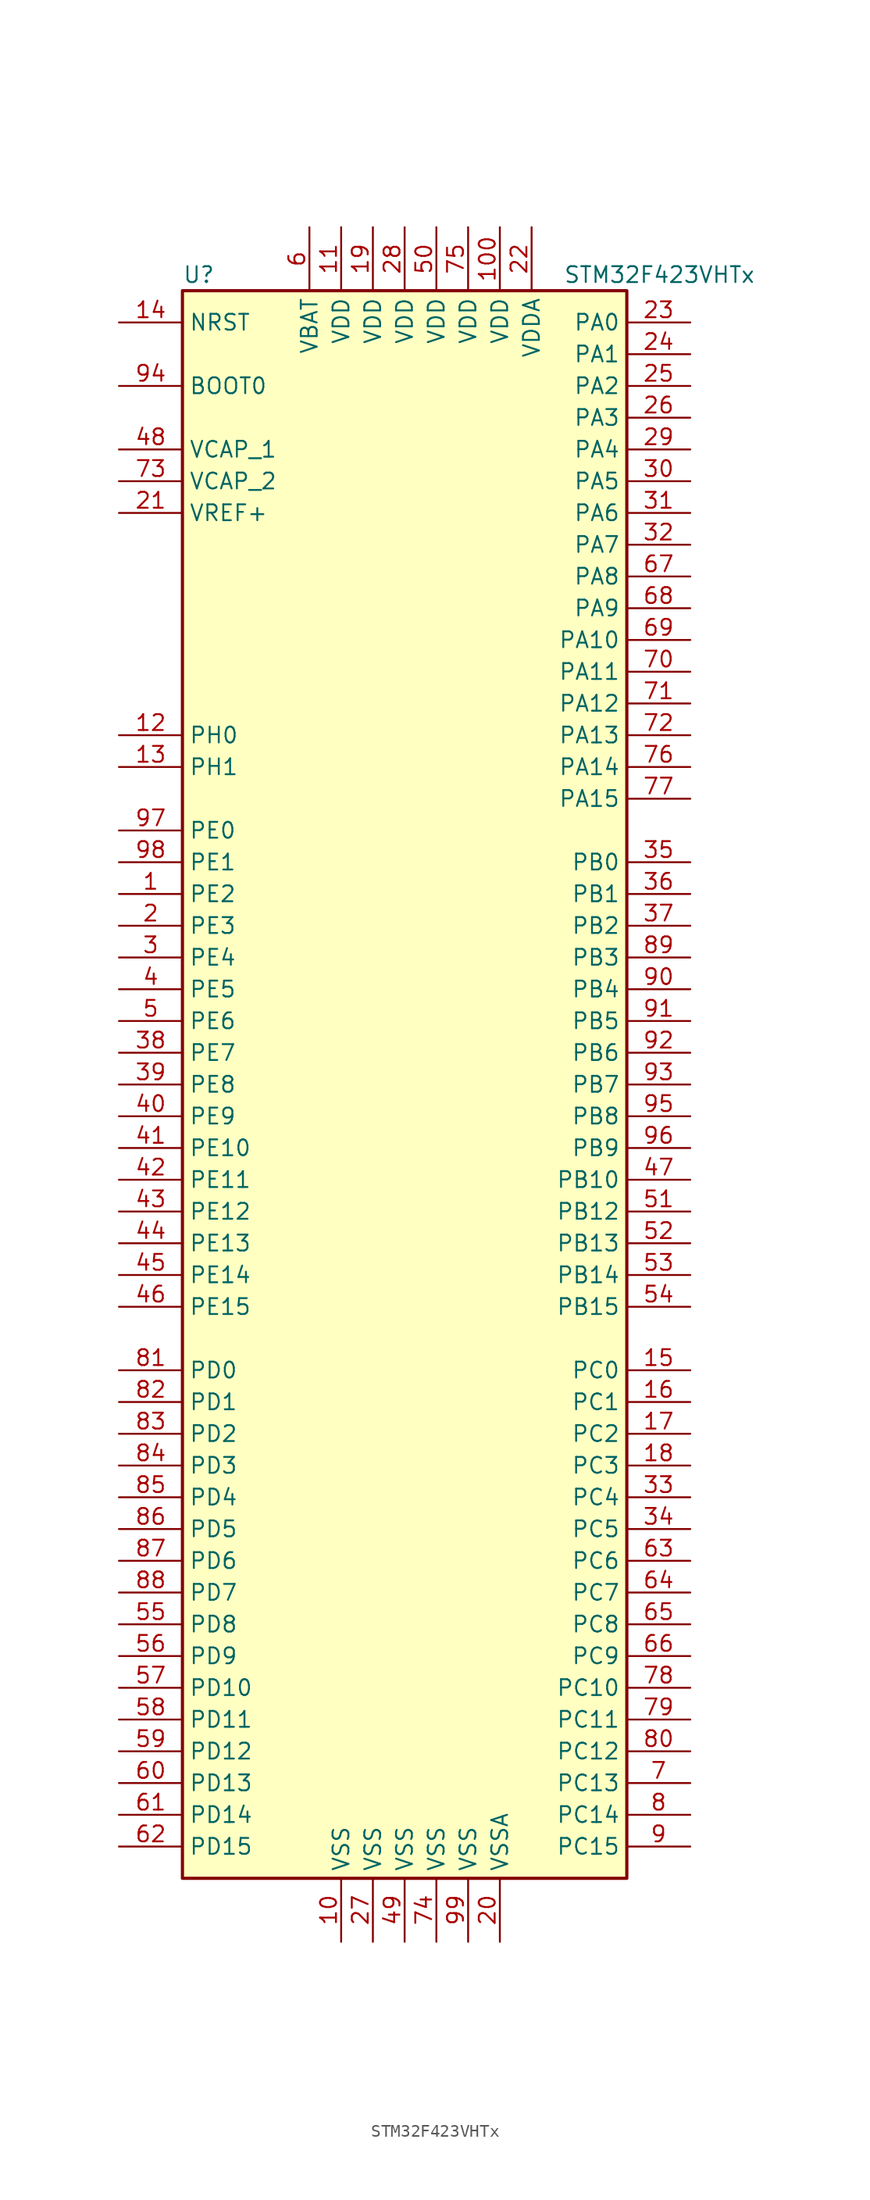
<source format=kicad_sym>
(kicad_symbol_lib
  (version 20201005)
  (generator kicad_symbol_editor)
  (symbol "STM32F423VHTx"
    (property "Reference" "U"
      (at -17.78 64.77 0)
      (effects (font (size 1.27 1.27)) (justify left)))
    (property "Value" "STM32F423VHTx"
      (at 12.7 64.77 0)
      (effects (font (size 1.27 1.27)) (justify left)))
    (symbol "STM32F423VHTx_0_1"
      (rectangle (start -17.78 -63.5) (end 17.78 63.5) (stroke (width 0.254)) (fill (type background))))
    (symbol "STM32F423VHTx_1_1"
      (pin input line (at -22.86 55.88 0) (length 5.08) (name "BOOT0" (effects (font (size 1.27 1.27)))) (number "94" (effects (font (size 1.27 1.27)))))
      (pin input line (at -22.86 60.96 0) (length 5.08) (name "NRST" (effects (font (size 1.27 1.27)))) (number "14" (effects (font (size 1.27 1.27)))))
      (pin bidirectional line (at 22.86 60.96 180) (length 5.08) (name "PA0" (effects (font (size 1.27 1.27)))) (number "23" (effects (font (size 1.27 1.27)))))
      (pin bidirectional line (at 22.86 58.42 180) (length 5.08) (name "PA1" (effects (font (size 1.27 1.27)))) (number "24" (effects (font (size 1.27 1.27)))))
      (pin bidirectional line (at 22.86 35.56 180) (length 5.08) (name "PA10" (effects (font (size 1.27 1.27)))) (number "69" (effects (font (size 1.27 1.27)))))
      (pin bidirectional line (at 22.86 33.02 180) (length 5.08) (name "PA11" (effects (font (size 1.27 1.27)))) (number "70" (effects (font (size 1.27 1.27)))))
      (pin bidirectional line (at 22.86 30.48 180) (length 5.08) (name "PA12" (effects (font (size 1.27 1.27)))) (number "71" (effects (font (size 1.27 1.27)))))
      (pin bidirectional line (at 22.86 27.94 180) (length 5.08) (name "PA13" (effects (font (size 1.27 1.27)))) (number "72" (effects (font (size 1.27 1.27)))))
      (pin bidirectional line (at 22.86 25.4 180) (length 5.08) (name "PA14" (effects (font (size 1.27 1.27)))) (number "76" (effects (font (size 1.27 1.27)))))
      (pin bidirectional line (at 22.86 22.86 180) (length 5.08) (name "PA15" (effects (font (size 1.27 1.27)))) (number "77" (effects (font (size 1.27 1.27)))))
      (pin bidirectional line (at 22.86 55.88 180) (length 5.08) (name "PA2" (effects (font (size 1.27 1.27)))) (number "25" (effects (font (size 1.27 1.27)))))
      (pin bidirectional line (at 22.86 53.34 180) (length 5.08) (name "PA3" (effects (font (size 1.27 1.27)))) (number "26" (effects (font (size 1.27 1.27)))))
      (pin bidirectional line (at 22.86 50.8 180) (length 5.08) (name "PA4" (effects (font (size 1.27 1.27)))) (number "29" (effects (font (size 1.27 1.27)))))
      (pin bidirectional line (at 22.86 48.26 180) (length 5.08) (name "PA5" (effects (font (size 1.27 1.27)))) (number "30" (effects (font (size 1.27 1.27)))))
      (pin bidirectional line (at 22.86 45.72 180) (length 5.08) (name "PA6" (effects (font (size 1.27 1.27)))) (number "31" (effects (font (size 1.27 1.27)))))
      (pin bidirectional line (at 22.86 43.18 180) (length 5.08) (name "PA7" (effects (font (size 1.27 1.27)))) (number "32" (effects (font (size 1.27 1.27)))))
      (pin bidirectional line (at 22.86 40.64 180) (length 5.08) (name "PA8" (effects (font (size 1.27 1.27)))) (number "67" (effects (font (size 1.27 1.27)))))
      (pin bidirectional line (at 22.86 38.1 180) (length 5.08) (name "PA9" (effects (font (size 1.27 1.27)))) (number "68" (effects (font (size 1.27 1.27)))))
      (pin bidirectional line (at 22.86 17.78 180) (length 5.08) (name "PB0" (effects (font (size 1.27 1.27)))) (number "35" (effects (font (size 1.27 1.27)))))
      (pin bidirectional line (at 22.86 15.24 180) (length 5.08) (name "PB1" (effects (font (size 1.27 1.27)))) (number "36" (effects (font (size 1.27 1.27)))))
      (pin bidirectional line (at 22.86 -7.62 180) (length 5.08) (name "PB10" (effects (font (size 1.27 1.27)))) (number "47" (effects (font (size 1.27 1.27)))))
      (pin bidirectional line (at 22.86 -10.16 180) (length 5.08) (name "PB12" (effects (font (size 1.27 1.27)))) (number "51" (effects (font (size 1.27 1.27)))))
      (pin bidirectional line (at 22.86 -12.7 180) (length 5.08) (name "PB13" (effects (font (size 1.27 1.27)))) (number "52" (effects (font (size 1.27 1.27)))))
      (pin bidirectional line (at 22.86 -15.24 180) (length 5.08) (name "PB14" (effects (font (size 1.27 1.27)))) (number "53" (effects (font (size 1.27 1.27)))))
      (pin bidirectional line (at 22.86 -17.78 180) (length 5.08) (name "PB15" (effects (font (size 1.27 1.27)))) (number "54" (effects (font (size 1.27 1.27)))))
      (pin bidirectional line (at 22.86 12.7 180) (length 5.08) (name "PB2" (effects (font (size 1.27 1.27)))) (number "37" (effects (font (size 1.27 1.27)))))
      (pin bidirectional line (at 22.86 10.16 180) (length 5.08) (name "PB3" (effects (font (size 1.27 1.27)))) (number "89" (effects (font (size 1.27 1.27)))))
      (pin bidirectional line (at 22.86 7.62 180) (length 5.08) (name "PB4" (effects (font (size 1.27 1.27)))) (number "90" (effects (font (size 1.27 1.27)))))
      (pin bidirectional line (at 22.86 5.08 180) (length 5.08) (name "PB5" (effects (font (size 1.27 1.27)))) (number "91" (effects (font (size 1.27 1.27)))))
      (pin bidirectional line (at 22.86 2.54 180) (length 5.08) (name "PB6" (effects (font (size 1.27 1.27)))) (number "92" (effects (font (size 1.27 1.27)))))
      (pin bidirectional line (at 22.86 0 180) (length 5.08) (name "PB7" (effects (font (size 1.27 1.27)))) (number "93" (effects (font (size 1.27 1.27)))))
      (pin bidirectional line (at 22.86 -2.54 180) (length 5.08) (name "PB8" (effects (font (size 1.27 1.27)))) (number "95" (effects (font (size 1.27 1.27)))))
      (pin bidirectional line (at 22.86 -5.08 180) (length 5.08) (name "PB9" (effects (font (size 1.27 1.27)))) (number "96" (effects (font (size 1.27 1.27)))))
      (pin bidirectional line (at 22.86 -22.86 180) (length 5.08) (name "PC0" (effects (font (size 1.27 1.27)))) (number "15" (effects (font (size 1.27 1.27)))))
      (pin bidirectional line (at 22.86 -25.4 180) (length 5.08) (name "PC1" (effects (font (size 1.27 1.27)))) (number "16" (effects (font (size 1.27 1.27)))))
      (pin bidirectional line (at 22.86 -48.26 180) (length 5.08) (name "PC10" (effects (font (size 1.27 1.27)))) (number "78" (effects (font (size 1.27 1.27)))))
      (pin bidirectional line (at 22.86 -50.8 180) (length 5.08) (name "PC11" (effects (font (size 1.27 1.27)))) (number "79" (effects (font (size 1.27 1.27)))))
      (pin bidirectional line (at 22.86 -53.34 180) (length 5.08) (name "PC12" (effects (font (size 1.27 1.27)))) (number "80" (effects (font (size 1.27 1.27)))))
      (pin bidirectional line (at 22.86 -55.88 180) (length 5.08) (name "PC13" (effects (font (size 1.27 1.27)))) (number "7" (effects (font (size 1.27 1.27)))))
      (pin bidirectional line (at 22.86 -58.42 180) (length 5.08) (name "PC14" (effects (font (size 1.27 1.27)))) (number "8" (effects (font (size 1.27 1.27)))))
      (pin bidirectional line (at 22.86 -60.96 180) (length 5.08) (name "PC15" (effects (font (size 1.27 1.27)))) (number "9" (effects (font (size 1.27 1.27)))))
      (pin bidirectional line (at 22.86 -27.94 180) (length 5.08) (name "PC2" (effects (font (size 1.27 1.27)))) (number "17" (effects (font (size 1.27 1.27)))))
      (pin bidirectional line (at 22.86 -30.48 180) (length 5.08) (name "PC3" (effects (font (size 1.27 1.27)))) (number "18" (effects (font (size 1.27 1.27)))))
      (pin bidirectional line (at 22.86 -33.02 180) (length 5.08) (name "PC4" (effects (font (size 1.27 1.27)))) (number "33" (effects (font (size 1.27 1.27)))))
      (pin bidirectional line (at 22.86 -35.56 180) (length 5.08) (name "PC5" (effects (font (size 1.27 1.27)))) (number "34" (effects (font (size 1.27 1.27)))))
      (pin bidirectional line (at 22.86 -38.1 180) (length 5.08) (name "PC6" (effects (font (size 1.27 1.27)))) (number "63" (effects (font (size 1.27 1.27)))))
      (pin bidirectional line (at 22.86 -40.64 180) (length 5.08) (name "PC7" (effects (font (size 1.27 1.27)))) (number "64" (effects (font (size 1.27 1.27)))))
      (pin bidirectional line (at 22.86 -43.18 180) (length 5.08) (name "PC8" (effects (font (size 1.27 1.27)))) (number "65" (effects (font (size 1.27 1.27)))))
      (pin bidirectional line (at 22.86 -45.72 180) (length 5.08) (name "PC9" (effects (font (size 1.27 1.27)))) (number "66" (effects (font (size 1.27 1.27)))))
      (pin bidirectional line (at -22.86 -22.86 0) (length 5.08) (name "PD0" (effects (font (size 1.27 1.27)))) (number "81" (effects (font (size 1.27 1.27)))))
      (pin bidirectional line (at -22.86 -25.4 0) (length 5.08) (name "PD1" (effects (font (size 1.27 1.27)))) (number "82" (effects (font (size 1.27 1.27)))))
      (pin bidirectional line (at -22.86 -48.26 0) (length 5.08) (name "PD10" (effects (font (size 1.27 1.27)))) (number "57" (effects (font (size 1.27 1.27)))))
      (pin bidirectional line (at -22.86 -50.8 0) (length 5.08) (name "PD11" (effects (font (size 1.27 1.27)))) (number "58" (effects (font (size 1.27 1.27)))))
      (pin bidirectional line (at -22.86 -53.34 0) (length 5.08) (name "PD12" (effects (font (size 1.27 1.27)))) (number "59" (effects (font (size 1.27 1.27)))))
      (pin bidirectional line (at -22.86 -55.88 0) (length 5.08) (name "PD13" (effects (font (size 1.27 1.27)))) (number "60" (effects (font (size 1.27 1.27)))))
      (pin bidirectional line (at -22.86 -58.42 0) (length 5.08) (name "PD14" (effects (font (size 1.27 1.27)))) (number "61" (effects (font (size 1.27 1.27)))))
      (pin bidirectional line (at -22.86 -60.96 0) (length 5.08) (name "PD15" (effects (font (size 1.27 1.27)))) (number "62" (effects (font (size 1.27 1.27)))))
      (pin bidirectional line (at -22.86 -27.94 0) (length 5.08) (name "PD2" (effects (font (size 1.27 1.27)))) (number "83" (effects (font (size 1.27 1.27)))))
      (pin bidirectional line (at -22.86 -30.48 0) (length 5.08) (name "PD3" (effects (font (size 1.27 1.27)))) (number "84" (effects (font (size 1.27 1.27)))))
      (pin bidirectional line (at -22.86 -33.02 0) (length 5.08) (name "PD4" (effects (font (size 1.27 1.27)))) (number "85" (effects (font (size 1.27 1.27)))))
      (pin bidirectional line (at -22.86 -35.56 0) (length 5.08) (name "PD5" (effects (font (size 1.27 1.27)))) (number "86" (effects (font (size 1.27 1.27)))))
      (pin bidirectional line (at -22.86 -38.1 0) (length 5.08) (name "PD6" (effects (font (size 1.27 1.27)))) (number "87" (effects (font (size 1.27 1.27)))))
      (pin bidirectional line (at -22.86 -40.64 0) (length 5.08) (name "PD7" (effects (font (size 1.27 1.27)))) (number "88" (effects (font (size 1.27 1.27)))))
      (pin bidirectional line (at -22.86 -43.18 0) (length 5.08) (name "PD8" (effects (font (size 1.27 1.27)))) (number "55" (effects (font (size 1.27 1.27)))))
      (pin bidirectional line (at -22.86 -45.72 0) (length 5.08) (name "PD9" (effects (font (size 1.27 1.27)))) (number "56" (effects (font (size 1.27 1.27)))))
      (pin bidirectional line (at -22.86 20.32 0) (length 5.08) (name "PE0" (effects (font (size 1.27 1.27)))) (number "97" (effects (font (size 1.27 1.27)))))
      (pin bidirectional line (at -22.86 17.78 0) (length 5.08) (name "PE1" (effects (font (size 1.27 1.27)))) (number "98" (effects (font (size 1.27 1.27)))))
      (pin bidirectional line (at -22.86 -5.08 0) (length 5.08) (name "PE10" (effects (font (size 1.27 1.27)))) (number "41" (effects (font (size 1.27 1.27)))))
      (pin bidirectional line (at -22.86 -7.62 0) (length 5.08) (name "PE11" (effects (font (size 1.27 1.27)))) (number "42" (effects (font (size 1.27 1.27)))))
      (pin bidirectional line (at -22.86 -10.16 0) (length 5.08) (name "PE12" (effects (font (size 1.27 1.27)))) (number "43" (effects (font (size 1.27 1.27)))))
      (pin bidirectional line (at -22.86 -12.7 0) (length 5.08) (name "PE13" (effects (font (size 1.27 1.27)))) (number "44" (effects (font (size 1.27 1.27)))))
      (pin bidirectional line (at -22.86 -15.24 0) (length 5.08) (name "PE14" (effects (font (size 1.27 1.27)))) (number "45" (effects (font (size 1.27 1.27)))))
      (pin bidirectional line (at -22.86 -17.78 0) (length 5.08) (name "PE15" (effects (font (size 1.27 1.27)))) (number "46" (effects (font (size 1.27 1.27)))))
      (pin bidirectional line (at -22.86 15.24 0) (length 5.08) (name "PE2" (effects (font (size 1.27 1.27)))) (number "1" (effects (font (size 1.27 1.27)))))
      (pin bidirectional line (at -22.86 12.7 0) (length 5.08) (name "PE3" (effects (font (size 1.27 1.27)))) (number "2" (effects (font (size 1.27 1.27)))))
      (pin bidirectional line (at -22.86 10.16 0) (length 5.08) (name "PE4" (effects (font (size 1.27 1.27)))) (number "3" (effects (font (size 1.27 1.27)))))
      (pin bidirectional line (at -22.86 7.62 0) (length 5.08) (name "PE5" (effects (font (size 1.27 1.27)))) (number "4" (effects (font (size 1.27 1.27)))))
      (pin bidirectional line (at -22.86 5.08 0) (length 5.08) (name "PE6" (effects (font (size 1.27 1.27)))) (number "5" (effects (font (size 1.27 1.27)))))
      (pin bidirectional line (at -22.86 2.54 0) (length 5.08) (name "PE7" (effects (font (size 1.27 1.27)))) (number "38" (effects (font (size 1.27 1.27)))))
      (pin bidirectional line (at -22.86 0 0) (length 5.08) (name "PE8" (effects (font (size 1.27 1.27)))) (number "39" (effects (font (size 1.27 1.27)))))
      (pin bidirectional line (at -22.86 -2.54 0) (length 5.08) (name "PE9" (effects (font (size 1.27 1.27)))) (number "40" (effects (font (size 1.27 1.27)))))
      (pin input line (at -22.86 27.94 0) (length 5.08) (name "PH0" (effects (font (size 1.27 1.27)))) (number "12" (effects (font (size 1.27 1.27)))))
      (pin input line (at -22.86 25.4 0) (length 5.08) (name "PH1" (effects (font (size 1.27 1.27)))) (number "13" (effects (font (size 1.27 1.27)))))
      (pin power_in line (at -7.62 68.58 270) (length 5.08) (name "VBAT" (effects (font (size 1.27 1.27)))) (number "6" (effects (font (size 1.27 1.27)))))
      (pin power_in line (at -22.86 50.8 0) (length 5.08) (name "VCAP_1" (effects (font (size 1.27 1.27)))) (number "48" (effects (font (size 1.27 1.27)))))
      (pin power_in line (at -22.86 48.26 0) (length 5.08) (name "VCAP_2" (effects (font (size 1.27 1.27)))) (number "73" (effects (font (size 1.27 1.27)))))
      (pin power_in line (at 7.62 68.58 270) (length 5.08) (name "VDD" (effects (font (size 1.27 1.27)))) (number "100" (effects (font (size 1.27 1.27)))))
      (pin power_in line (at -5.08 68.58 270) (length 5.08) (name "VDD" (effects (font (size 1.27 1.27)))) (number "11" (effects (font (size 1.27 1.27)))))
      (pin power_in line (at -2.54 68.58 270) (length 5.08) (name "VDD" (effects (font (size 1.27 1.27)))) (number "19" (effects (font (size 1.27 1.27)))))
      (pin power_in line (at 0 68.58 270) (length 5.08) (name "VDD" (effects (font (size 1.27 1.27)))) (number "28" (effects (font (size 1.27 1.27)))))
      (pin power_in line (at 2.54 68.58 270) (length 5.08) (name "VDD" (effects (font (size 1.27 1.27)))) (number "50" (effects (font (size 1.27 1.27)))))
      (pin power_in line (at 5.08 68.58 270) (length 5.08) (name "VDD" (effects (font (size 1.27 1.27)))) (number "75" (effects (font (size 1.27 1.27)))))
      (pin power_in line (at 10.16 68.58 270) (length 5.08) (name "VDDA" (effects (font (size 1.27 1.27)))) (number "22" (effects (font (size 1.27 1.27)))))
      (pin power_in line (at -22.86 45.72 0) (length 5.08) (name "VREF+" (effects (font (size 1.27 1.27)))) (number "21" (effects (font (size 1.27 1.27)))))
      (pin power_in line (at -5.08 -68.58 90) (length 5.08) (name "VSS" (effects (font (size 1.27 1.27)))) (number "10" (effects (font (size 1.27 1.27)))))
      (pin power_in line (at -2.54 -68.58 90) (length 5.08) (name "VSS" (effects (font (size 1.27 1.27)))) (number "27" (effects (font (size 1.27 1.27)))))
      (pin power_in line (at 0 -68.58 90) (length 5.08) (name "VSS" (effects (font (size 1.27 1.27)))) (number "49" (effects (font (size 1.27 1.27)))))
      (pin power_in line (at 2.54 -68.58 90) (length 5.08) (name "VSS" (effects (font (size 1.27 1.27)))) (number "74" (effects (font (size 1.27 1.27)))))
      (pin power_in line (at 5.08 -68.58 90) (length 5.08) (name "VSS" (effects (font (size 1.27 1.27)))) (number "99" (effects (font (size 1.27 1.27)))))
      (pin power_in line (at 7.62 -68.58 90) (length 5.08) (name "VSSA" (effects (font (size 1.27 1.27)))) (number "20" (effects (font (size 1.27 1.27))))))))
</source>
